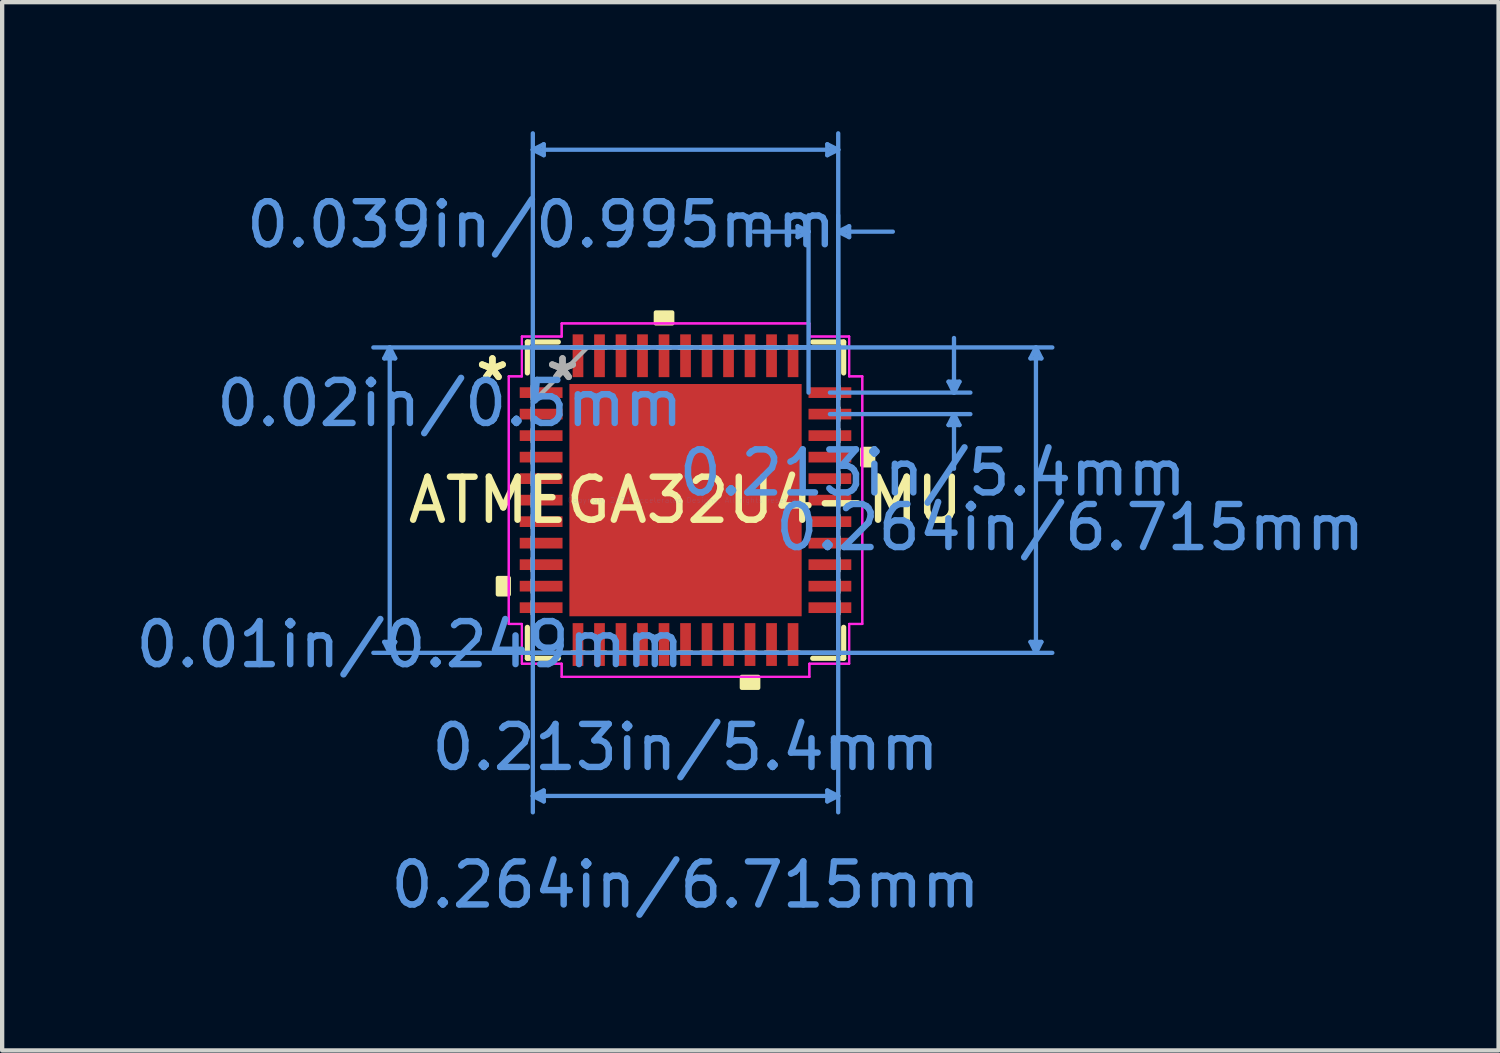
<source format=kicad_pcb>
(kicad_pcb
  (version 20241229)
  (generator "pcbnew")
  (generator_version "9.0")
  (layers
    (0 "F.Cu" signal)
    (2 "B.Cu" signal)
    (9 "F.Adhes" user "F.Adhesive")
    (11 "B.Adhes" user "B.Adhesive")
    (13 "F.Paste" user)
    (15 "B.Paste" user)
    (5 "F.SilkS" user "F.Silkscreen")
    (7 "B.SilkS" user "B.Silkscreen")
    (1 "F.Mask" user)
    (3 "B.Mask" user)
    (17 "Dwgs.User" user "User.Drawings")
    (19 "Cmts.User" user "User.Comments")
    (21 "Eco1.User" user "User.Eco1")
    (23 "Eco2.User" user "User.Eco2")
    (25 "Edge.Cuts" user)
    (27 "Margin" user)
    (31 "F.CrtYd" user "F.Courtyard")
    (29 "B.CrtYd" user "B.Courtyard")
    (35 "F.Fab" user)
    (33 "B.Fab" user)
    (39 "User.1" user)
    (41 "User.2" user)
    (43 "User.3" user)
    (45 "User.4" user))
  (footprint "ATMEGA32U4-MU"
    (layer "F.Cu")
    (at 12.888 8.578)
    (property "Reference" "ATMEGA32U4-MU" (at 0 0 0) (layer "F.SilkS") (effects (font (size 1 1) (thickness 0.15))))
    (attr through_hole)
    (fp_line (start -3.677 -3.677) (end -3.677 -2.957) (stroke (width 0.12) (type solid)) (layer "F.SilkS"))
    (fp_line (start -3.677 2.957) (end -3.677 3.677) (stroke (width 0.12) (type solid)) (layer "F.SilkS"))
    (fp_line (start -3.677 3.677) (end -2.957 3.677) (stroke (width 0.12) (type solid)) (layer "F.SilkS"))
    (fp_line (start -2.957 -3.677) (end -3.677 -3.677) (stroke (width 0.12) (type solid)) (layer "F.SilkS"))
    (fp_line (start 2.957 3.677) (end 3.677 3.677) (stroke (width 0.12) (type solid)) (layer "F.SilkS"))
    (fp_line (start 3.677 -3.677) (end 2.957 -3.677) (stroke (width 0.12) (type solid)) (layer "F.SilkS"))
    (fp_line (start 3.677 -2.957) (end 3.677 -3.677) (stroke (width 0.12) (type solid)) (layer "F.SilkS"))
    (fp_line (start 3.677 3.677) (end 3.677 2.957) (stroke (width 0.12) (type solid)) (layer "F.SilkS"))
    (fp_poly (pts (xy -4.363 1.81) (xy -4.363 2.191) (xy -4.109 2.191) (xy -4.109 1.81)) (stroke (width 0.1) (type solid)) (fill yes) (layer "F.SilkS"))
    (fp_poly (pts (xy -0.69 -4.109) (xy -0.69 -4.363) (xy -0.309 -4.363) (xy -0.309 -4.109)) (stroke (width 0.1) (type solid)) (fill yes) (layer "F.SilkS"))
    (fp_poly (pts (xy 1.31 4.109) (xy 1.31 4.363) (xy 1.69 4.363) (xy 1.69 4.109)) (stroke (width 0.1) (type solid)) (fill yes) (layer "F.SilkS"))
    (fp_poly (pts (xy 4.363 -1.191) (xy 4.363 -0.81) (xy 4.109 -0.81) (xy 4.109 -1.191)) (stroke (width 0.1) (type solid)) (fill yes) (layer "F.SilkS"))
    (fp_poly (pts (xy -2.6 -2.6) (xy -2.6 -1.45) (xy -1.45 -1.45) (xy -1.45 -2.6)) (stroke (width 0.1) (type solid)) (fill yes) (layer "F.Paste"))
    (fp_poly (pts (xy -2.6 -1.25) (xy -2.6 -0.1) (xy -1.45 -0.1) (xy -1.45 -1.25)) (stroke (width 0.1) (type solid)) (fill yes) (layer "F.Paste"))
    (fp_poly (pts (xy -2.6 0.1) (xy -2.6 1.25) (xy -1.45 1.25) (xy -1.45 0.1)) (stroke (width 0.1) (type solid)) (fill yes) (layer "F.Paste"))
    (fp_poly (pts (xy -2.6 1.45) (xy -2.6 2.6) (xy -1.45 2.6) (xy -1.45 1.45)) (stroke (width 0.1) (type solid)) (fill yes) (layer "F.Paste"))
    (fp_poly (pts (xy -1.25 -2.6) (xy -1.25 -1.45) (xy -0.1 -1.45) (xy -0.1 -2.6)) (stroke (width 0.1) (type solid)) (fill yes) (layer "F.Paste"))
    (fp_poly (pts (xy -1.25 -1.25) (xy -1.25 -0.1) (xy -0.1 -0.1) (xy -0.1 -1.25)) (stroke (width 0.1) (type solid)) (fill yes) (layer "F.Paste"))
    (fp_poly (pts (xy -1.25 0.1) (xy -1.25 1.25) (xy -0.1 1.25) (xy -0.1 0.1)) (stroke (width 0.1) (type solid)) (fill yes) (layer "F.Paste"))
    (fp_poly (pts (xy -1.25 1.45) (xy -1.25 2.6) (xy -0.1 2.6) (xy -0.1 1.45)) (stroke (width 0.1) (type solid)) (fill yes) (layer "F.Paste"))
    (fp_poly (pts (xy 0.1 -2.6) (xy 0.1 -1.45) (xy 1.25 -1.45) (xy 1.25 -2.6)) (stroke (width 0.1) (type solid)) (fill yes) (layer "F.Paste"))
    (fp_poly (pts (xy 0.1 -1.25) (xy 0.1 -0.1) (xy 1.25 -0.1) (xy 1.25 -1.25)) (stroke (width 0.1) (type solid)) (fill yes) (layer "F.Paste"))
    (fp_poly (pts (xy 0.1 0.1) (xy 0.1 1.25) (xy 1.25 1.25) (xy 1.25 0.1)) (stroke (width 0.1) (type solid)) (fill yes) (layer "F.Paste"))
    (fp_poly (pts (xy 0.1 1.45) (xy 0.1 2.6) (xy 1.25 2.6) (xy 1.25 1.45)) (stroke (width 0.1) (type solid)) (fill yes) (layer "F.Paste"))
    (fp_poly (pts (xy 1.45 -2.6) (xy 1.45 -1.45) (xy 2.6 -1.45) (xy 2.6 -2.6)) (stroke (width 0.1) (type solid)) (fill yes) (layer "F.Paste"))
    (fp_poly (pts (xy 1.45 -1.25) (xy 1.45 -0.1) (xy 2.6 -0.1) (xy 2.6 -1.25)) (stroke (width 0.1) (type solid)) (fill yes) (layer "F.Paste"))
    (fp_poly (pts (xy 1.45 0.1) (xy 1.45 1.25) (xy 2.6 1.25) (xy 2.6 0.1)) (stroke (width 0.1) (type solid)) (fill yes) (layer "F.Paste"))
    (fp_poly (pts (xy 1.45 1.45) (xy 1.45 2.6) (xy 2.6 2.6) (xy 2.6 1.45)) (stroke (width 0.1) (type solid)) (fill yes) (layer "F.Paste"))
    (fp_line (start -7.004 -3.296) (end -6.75 -3.296) (stroke (width 0.1) (type solid)) (layer "Cmts.User"))
    (fp_line (start -7.004 3.296) (end -6.75 3.296) (stroke (width 0.1) (type solid)) (layer "Cmts.User"))
    (fp_line (start -6.877 -3.55) (end -7.004 -3.296) (stroke (width 0.1) (type solid)) (layer "Cmts.User"))
    (fp_line (start -6.877 -3.55) (end -6.877 3.55) (stroke (width 0.1) (type solid)) (layer "Cmts.User"))
    (fp_line (start -6.877 -3.55) (end -6.75 -3.296) (stroke (width 0.1) (type solid)) (layer "Cmts.User"))
    (fp_line (start -6.877 3.55) (end -7.004 3.296) (stroke (width 0.1) (type solid)) (layer "Cmts.User"))
    (fp_line (start -6.877 3.55) (end -6.75 3.296) (stroke (width 0.1) (type solid)) (layer "Cmts.User"))
    (fp_line (start -3.55 -8.147) (end -3.296 -8.274) (stroke (width 0.1) (type solid)) (layer "Cmts.User"))
    (fp_line (start -3.55 -8.147) (end -3.296 -8.02) (stroke (width 0.1) (type solid)) (layer "Cmts.User"))
    (fp_line (start -3.55 -8.147) (end 3.55 -8.147) (stroke (width 0.1) (type solid)) (layer "Cmts.User"))
    (fp_line (start -3.55 -3.55) (end -3.55 7.258) (stroke (width 0.1) (type solid)) (layer "Cmts.User"))
    (fp_line (start -3.55 -2.5) (end -3.55 -8.528) (stroke (width 0.1) (type solid)) (layer "Cmts.User"))
    (fp_line (start -3.55 6.877) (end -3.296 6.75) (stroke (width 0.1) (type solid)) (layer "Cmts.User"))
    (fp_line (start -3.55 6.877) (end -3.296 7.004) (stroke (width 0.1) (type solid)) (layer "Cmts.User"))
    (fp_line (start -3.55 6.877) (end 3.55 6.877) (stroke (width 0.1) (type solid)) (layer "Cmts.User"))
    (fp_line (start -3.296 -8.274) (end -3.296 -8.02) (stroke (width 0.1) (type solid)) (layer "Cmts.User"))
    (fp_line (start -3.296 6.75) (end -3.296 7.004) (stroke (width 0.1) (type solid)) (layer "Cmts.User"))
    (fp_line (start 2.5 -3.55) (end 8.528 -3.55) (stroke (width 0.1) (type solid)) (layer "Cmts.User"))
    (fp_line (start 2.5 3.55) (end 8.528 3.55) (stroke (width 0.1) (type solid)) (layer "Cmts.User"))
    (fp_line (start 2.606 -6.369) (end 2.606 -6.115) (stroke (width 0.1) (type solid)) (layer "Cmts.User"))
    (fp_line (start 2.86 -6.242) (end 1.59 -6.242) (stroke (width 0.1) (type solid)) (layer "Cmts.User"))
    (fp_line (start 2.86 -6.242) (end 2.606 -6.369) (stroke (width 0.1) (type solid)) (layer "Cmts.User"))
    (fp_line (start 2.86 -6.242) (end 2.606 -6.115) (stroke (width 0.1) (type solid)) (layer "Cmts.User"))
    (fp_line (start 2.86 -2.5) (end 2.86 -6.623) (stroke (width 0.1) (type solid)) (layer "Cmts.User"))
    (fp_line (start 3.296 -8.274) (end 3.296 -8.02) (stroke (width 0.1) (type solid)) (layer "Cmts.User"))
    (fp_line (start 3.296 6.75) (end 3.296 7.004) (stroke (width 0.1) (type solid)) (layer "Cmts.User"))
    (fp_line (start 3.357 -2.5) (end 6.623 -2.5) (stroke (width 0.1) (type solid)) (layer "Cmts.User"))
    (fp_line (start 3.357 -2) (end 6.623 -2) (stroke (width 0.1) (type solid)) (layer "Cmts.User"))
    (fp_line (start 3.55 -8.147) (end 3.296 -8.274) (stroke (width 0.1) (type solid)) (layer "Cmts.User"))
    (fp_line (start 3.55 -8.147) (end 3.296 -8.02) (stroke (width 0.1) (type solid)) (layer "Cmts.User"))
    (fp_line (start 3.55 -6.242) (end 3.804 -6.369) (stroke (width 0.1) (type solid)) (layer "Cmts.User"))
    (fp_line (start 3.55 -6.242) (end 3.804 -6.115) (stroke (width 0.1) (type solid)) (layer "Cmts.User"))
    (fp_line (start 3.55 -6.242) (end 4.82 -6.242) (stroke (width 0.1) (type solid)) (layer "Cmts.User"))
    (fp_line (start 3.55 -3.55) (end -7.258 -3.55) (stroke (width 0.1) (type solid)) (layer "Cmts.User"))
    (fp_line (start 3.55 -3.55) (end 3.55 7.258) (stroke (width 0.1) (type solid)) (layer "Cmts.User"))
    (fp_line (start 3.55 -2.5) (end 3.55 -8.528) (stroke (width 0.1) (type solid)) (layer "Cmts.User"))
    (fp_line (start 3.55 -2.5) (end 3.55 -6.623) (stroke (width 0.1) (type solid)) (layer "Cmts.User"))
    (fp_line (start 3.55 3.55) (end -7.258 3.55) (stroke (width 0.1) (type solid)) (layer "Cmts.User"))
    (fp_line (start 3.55 6.877) (end 3.296 6.75) (stroke (width 0.1) (type solid)) (layer "Cmts.User"))
    (fp_line (start 3.55 6.877) (end 3.296 7.004) (stroke (width 0.1) (type solid)) (layer "Cmts.User"))
    (fp_line (start 3.804 -6.369) (end 3.804 -6.115) (stroke (width 0.1) (type solid)) (layer "Cmts.User"))
    (fp_line (start 6.115 -2.754) (end 6.369 -2.754) (stroke (width 0.1) (type solid)) (layer "Cmts.User"))
    (fp_line (start 6.115 -1.746) (end 6.369 -1.746) (stroke (width 0.1) (type solid)) (layer "Cmts.User"))
    (fp_line (start 6.242 -2.5) (end 6.115 -2.754) (stroke (width 0.1) (type solid)) (layer "Cmts.User"))
    (fp_line (start 6.242 -2.5) (end 6.242 -3.77) (stroke (width 0.1) (type solid)) (layer "Cmts.User"))
    (fp_line (start 6.242 -2.5) (end 6.369 -2.754) (stroke (width 0.1) (type solid)) (layer "Cmts.User"))
    (fp_line (start 6.242 -2) (end 6.115 -1.746) (stroke (width 0.1) (type solid)) (layer "Cmts.User"))
    (fp_line (start 6.242 -2) (end 6.242 -0.73) (stroke (width 0.1) (type solid)) (layer "Cmts.User"))
    (fp_line (start 6.242 -2) (end 6.369 -1.746) (stroke (width 0.1) (type solid)) (layer "Cmts.User"))
    (fp_line (start 8.02 -3.296) (end 8.274 -3.296) (stroke (width 0.1) (type solid)) (layer "Cmts.User"))
    (fp_line (start 8.02 3.296) (end 8.274 3.296) (stroke (width 0.1) (type solid)) (layer "Cmts.User"))
    (fp_line (start 8.147 -3.55) (end 8.02 -3.296) (stroke (width 0.1) (type solid)) (layer "Cmts.User"))
    (fp_line (start 8.147 -3.55) (end 8.147 3.55) (stroke (width 0.1) (type solid)) (layer "Cmts.User"))
    (fp_line (start 8.147 -3.55) (end 8.274 -3.296) (stroke (width 0.1) (type solid)) (layer "Cmts.User"))
    (fp_line (start 8.147 3.55) (end 8.02 3.296) (stroke (width 0.1) (type solid)) (layer "Cmts.User"))
    (fp_line (start 8.147 3.55) (end 8.274 3.296) (stroke (width 0.1) (type solid)) (layer "Cmts.User"))
    (fp_line (start -4.109 -2.879) (end -3.804 -2.879) (stroke (width 0.05) (type solid)) (layer "F.CrtYd"))
    (fp_line (start -4.109 -2.879) (end -3.804 -2.879) (stroke (width 0.05) (type solid)) (layer "F.CrtYd"))
    (fp_line (start -4.109 2.879) (end -4.109 -2.879) (stroke (width 0.05) (type solid)) (layer "F.CrtYd"))
    (fp_line (start -4.109 2.879) (end -4.109 -2.879) (stroke (width 0.05) (type solid)) (layer "F.CrtYd"))
    (fp_line (start -3.804 -3.804) (end -2.879 -3.804) (stroke (width 0.05) (type solid)) (layer "F.CrtYd"))
    (fp_line (start -3.804 -3.804) (end -2.879 -3.804) (stroke (width 0.05) (type solid)) (layer "F.CrtYd"))
    (fp_line (start -3.804 -2.879) (end -3.804 -3.804) (stroke (width 0.05) (type solid)) (layer "F.CrtYd"))
    (fp_line (start -3.804 -2.879) (end -3.804 -3.804) (stroke (width 0.05) (type solid)) (layer "F.CrtYd"))
    (fp_line (start -3.804 2.879) (end -4.109 2.879) (stroke (width 0.05) (type solid)) (layer "F.CrtYd"))
    (fp_line (start -3.804 2.879) (end -4.109 2.879) (stroke (width 0.05) (type solid)) (layer "F.CrtYd"))
    (fp_line (start -3.804 3.804) (end -3.804 2.879) (stroke (width 0.05) (type solid)) (layer "F.CrtYd"))
    (fp_line (start -3.804 3.804) (end -3.804 2.879) (stroke (width 0.05) (type solid)) (layer "F.CrtYd"))
    (fp_line (start -2.879 -4.109) (end 2.879 -4.109) (stroke (width 0.05) (type solid)) (layer "F.CrtYd"))
    (fp_line (start -2.879 -4.109) (end 2.879 -4.109) (stroke (width 0.05) (type solid)) (layer "F.CrtYd"))
    (fp_line (start -2.879 -3.804) (end -2.879 -4.109) (stroke (width 0.05) (type solid)) (layer "F.CrtYd"))
    (fp_line (start -2.879 -3.804) (end -2.879 -4.109) (stroke (width 0.05) (type solid)) (layer "F.CrtYd"))
    (fp_line (start -2.879 3.804) (end -3.804 3.804) (stroke (width 0.05) (type solid)) (layer "F.CrtYd"))
    (fp_line (start -2.879 3.804) (end -3.804 3.804) (stroke (width 0.05) (type solid)) (layer "F.CrtYd"))
    (fp_line (start -2.879 4.109) (end -2.879 3.804) (stroke (width 0.05) (type solid)) (layer "F.CrtYd"))
    (fp_line (start -2.879 4.109) (end -2.879 3.804) (stroke (width 0.05) (type solid)) (layer "F.CrtYd"))
    (fp_line (start 2.879 -4.109) (end 2.879 -3.804) (stroke (width 0.05) (type solid)) (layer "F.CrtYd"))
    (fp_line (start 2.879 -4.109) (end 2.879 -3.804) (stroke (width 0.05) (type solid)) (layer "F.CrtYd"))
    (fp_line (start 2.879 -3.804) (end 3.804 -3.804) (stroke (width 0.05) (type solid)) (layer "F.CrtYd"))
    (fp_line (start 2.879 -3.804) (end 3.804 -3.804) (stroke (width 0.05) (type solid)) (layer "F.CrtYd"))
    (fp_line (start 2.879 3.804) (end 2.879 4.109) (stroke (width 0.05) (type solid)) (layer "F.CrtYd"))
    (fp_line (start 2.879 3.804) (end 2.879 4.109) (stroke (width 0.05) (type solid)) (layer "F.CrtYd"))
    (fp_line (start 2.879 4.109) (end -2.879 4.109) (stroke (width 0.05) (type solid)) (layer "F.CrtYd"))
    (fp_line (start 2.879 4.109) (end -2.879 4.109) (stroke (width 0.05) (type solid)) (layer "F.CrtYd"))
    (fp_line (start 3.804 -3.804) (end 3.804 -2.879) (stroke (width 0.05) (type solid)) (layer "F.CrtYd"))
    (fp_line (start 3.804 -3.804) (end 3.804 -2.879) (stroke (width 0.05) (type solid)) (layer "F.CrtYd"))
    (fp_line (start 3.804 -2.879) (end 4.109 -2.879) (stroke (width 0.05) (type solid)) (layer "F.CrtYd"))
    (fp_line (start 3.804 -2.879) (end 4.109 -2.879) (stroke (width 0.05) (type solid)) (layer "F.CrtYd"))
    (fp_line (start 3.804 2.879) (end 3.804 3.804) (stroke (width 0.05) (type solid)) (layer "F.CrtYd"))
    (fp_line (start 3.804 2.879) (end 3.804 3.804) (stroke (width 0.05) (type solid)) (layer "F.CrtYd"))
    (fp_line (start 3.804 3.804) (end 2.879 3.804) (stroke (width 0.05) (type solid)) (layer "F.CrtYd"))
    (fp_line (start 3.804 3.804) (end 2.879 3.804) (stroke (width 0.05) (type solid)) (layer "F.CrtYd"))
    (fp_line (start 4.109 -2.879) (end 4.109 2.879) (stroke (width 0.05) (type solid)) (layer "F.CrtYd"))
    (fp_line (start 4.109 -2.879) (end 4.109 2.879) (stroke (width 0.05) (type solid)) (layer "F.CrtYd"))
    (fp_line (start 4.109 2.879) (end 3.804 2.879) (stroke (width 0.05) (type solid)) (layer "F.CrtYd"))
    (fp_line (start 4.109 2.879) (end 3.804 2.879) (stroke (width 0.05) (type solid)) (layer "F.CrtYd"))
    (fp_line (start -3.55 -3.55) (end -3.55 -3.55) (stroke (width 0.1) (type solid)) (layer "F.Fab"))
    (fp_line (start -3.55 -3.55) (end -3.55 3.55) (stroke (width 0.1) (type solid)) (layer "F.Fab"))
    (fp_line (start -3.55 -2.65) (end -3.55 -2.65) (stroke (width 0.1) (type solid)) (layer "F.Fab"))
    (fp_line (start -3.55 -2.65) (end -3.55 -2.35) (stroke (width 0.1) (type solid)) (layer "F.Fab"))
    (fp_line (start -3.55 -2.35) (end -3.55 -2.65) (stroke (width 0.1) (type solid)) (layer "F.Fab"))
    (fp_line (start -3.55 -2.35) (end -3.55 -2.35) (stroke (width 0.1) (type solid)) (layer "F.Fab"))
    (fp_line (start -3.55 -2.28) (end -2.28 -3.55) (stroke (width 0.1) (type solid)) (layer "F.Fab"))
    (fp_line (start -3.55 -2.15) (end -3.55 -2.15) (stroke (width 0.1) (type solid)) (layer "F.Fab"))
    (fp_line (start -3.55 -2.15) (end -3.55 -1.85) (stroke (width 0.1) (type solid)) (layer "F.Fab"))
    (fp_line (start -3.55 -1.85) (end -3.55 -2.15) (stroke (width 0.1) (type solid)) (layer "F.Fab"))
    (fp_line (start -3.55 -1.85) (end -3.55 -1.85) (stroke (width 0.1) (type solid)) (layer "F.Fab"))
    (fp_line (start -3.55 -1.65) (end -3.55 -1.65) (stroke (width 0.1) (type solid)) (layer "F.Fab"))
    (fp_line (start -3.55 -1.65) (end -3.55 -1.35) (stroke (width 0.1) (type solid)) (layer "F.Fab"))
    (fp_line (start -3.55 -1.35) (end -3.55 -1.65) (stroke (width 0.1) (type solid)) (layer "F.Fab"))
    (fp_line (start -3.55 -1.35) (end -3.55 -1.35) (stroke (width 0.1) (type solid)) (layer "F.Fab"))
    (fp_line (start -3.55 -1.15) (end -3.55 -1.15) (stroke (width 0.1) (type solid)) (layer "F.Fab"))
    (fp_line (start -3.55 -1.15) (end -3.55 -0.85) (stroke (width 0.1) (type solid)) (layer "F.Fab"))
    (fp_line (start -3.55 -0.85) (end -3.55 -1.15) (stroke (width 0.1) (type solid)) (layer "F.Fab"))
    (fp_line (start -3.55 -0.85) (end -3.55 -0.85) (stroke (width 0.1) (type solid)) (layer "F.Fab"))
    (fp_line (start -3.55 -0.65) (end -3.55 -0.65) (stroke (width 0.1) (type solid)) (layer "F.Fab"))
    (fp_line (start -3.55 -0.65) (end -3.55 -0.35) (stroke (width 0.1) (type solid)) (layer "F.Fab"))
    (fp_line (start -3.55 -0.35) (end -3.55 -0.65) (stroke (width 0.1) (type solid)) (layer "F.Fab"))
    (fp_line (start -3.55 -0.35) (end -3.55 -0.35) (stroke (width 0.1) (type solid)) (layer "F.Fab"))
    (fp_line (start -3.55 -0.15) (end -3.55 -0.15) (stroke (width 0.1) (type solid)) (layer "F.Fab"))
    (fp_line (start -3.55 -0.15) (end -3.55 0.15) (stroke (width 0.1) (type solid)) (layer "F.Fab"))
    (fp_line (start -3.55 0.15) (end -3.55 -0.15) (stroke (width 0.1) (type solid)) (layer "F.Fab"))
    (fp_line (start -3.55 0.15) (end -3.55 0.15) (stroke (width 0.1) (type solid)) (layer "F.Fab"))
    (fp_line (start -3.55 0.35) (end -3.55 0.35) (stroke (width 0.1) (type solid)) (layer "F.Fab"))
    (fp_line (start -3.55 0.35) (end -3.55 0.65) (stroke (width 0.1) (type solid)) (layer "F.Fab"))
    (fp_line (start -3.55 0.65) (end -3.55 0.35) (stroke (width 0.1) (type solid)) (layer "F.Fab"))
    (fp_line (start -3.55 0.65) (end -3.55 0.65) (stroke (width 0.1) (type solid)) (layer "F.Fab"))
    (fp_line (start -3.55 0.85) (end -3.55 0.85) (stroke (width 0.1) (type solid)) (layer "F.Fab"))
    (fp_line (start -3.55 0.85) (end -3.55 1.15) (stroke (width 0.1) (type solid)) (layer "F.Fab"))
    (fp_line (start -3.55 1.15) (end -3.55 0.85) (stroke (width 0.1) (type solid)) (layer "F.Fab"))
    (fp_line (start -3.55 1.15) (end -3.55 1.15) (stroke (width 0.1) (type solid)) (layer "F.Fab"))
    (fp_line (start -3.55 1.35) (end -3.55 1.35) (stroke (width 0.1) (type solid)) (layer "F.Fab"))
    (fp_line (start -3.55 1.35) (end -3.55 1.65) (stroke (width 0.1) (type solid)) (layer "F.Fab"))
    (fp_line (start -3.55 1.65) (end -3.55 1.35) (stroke (width 0.1) (type solid)) (layer "F.Fab"))
    (fp_line (start -3.55 1.65) (end -3.55 1.65) (stroke (width 0.1) (type solid)) (layer "F.Fab"))
    (fp_line (start -3.55 1.85) (end -3.55 1.85) (stroke (width 0.1) (type solid)) (layer "F.Fab"))
    (fp_line (start -3.55 1.85) (end -3.55 2.15) (stroke (width 0.1) (type solid)) (layer "F.Fab"))
    (fp_line (start -3.55 2.15) (end -3.55 1.85) (stroke (width 0.1) (type solid)) (layer "F.Fab"))
    (fp_line (start -3.55 2.15) (end -3.55 2.15) (stroke (width 0.1) (type solid)) (layer "F.Fab"))
    (fp_line (start -3.55 2.35) (end -3.55 2.35) (stroke (width 0.1) (type solid)) (layer "F.Fab"))
    (fp_line (start -3.55 2.35) (end -3.55 2.65) (stroke (width 0.1) (type solid)) (layer "F.Fab"))
    (fp_line (start -3.55 2.65) (end -3.55 2.35) (stroke (width 0.1) (type solid)) (layer "F.Fab"))
    (fp_line (start -3.55 2.65) (end -3.55 2.65) (stroke (width 0.1) (type solid)) (layer "F.Fab"))
    (fp_line (start -3.55 3.55) (end -3.55 3.55) (stroke (width 0.1) (type solid)) (layer "F.Fab"))
    (fp_line (start -3.55 3.55) (end 3.55 3.55) (stroke (width 0.1) (type solid)) (layer "F.Fab"))
    (fp_line (start -2.65 -3.55) (end -2.65 -3.55) (stroke (width 0.1) (type solid)) (layer "F.Fab"))
    (fp_line (start -2.65 -3.55) (end -2.35 -3.55) (stroke (width 0.1) (type solid)) (layer "F.Fab"))
    (fp_line (start -2.65 3.55) (end -2.65 3.55) (stroke (width 0.1) (type solid)) (layer "F.Fab"))
    (fp_line (start -2.65 3.55) (end -2.35 3.55) (stroke (width 0.1) (type solid)) (layer "F.Fab"))
    (fp_line (start -2.35 -3.55) (end -2.65 -3.55) (stroke (width 0.1) (type solid)) (layer "F.Fab"))
    (fp_line (start -2.35 -3.55) (end -2.35 -3.55) (stroke (width 0.1) (type solid)) (layer "F.Fab"))
    (fp_line (start -2.35 3.55) (end -2.65 3.55) (stroke (width 0.1) (type solid)) (layer "F.Fab"))
    (fp_line (start -2.35 3.55) (end -2.35 3.55) (stroke (width 0.1) (type solid)) (layer "F.Fab"))
    (fp_line (start -2.15 -3.55) (end -2.15 -3.55) (stroke (width 0.1) (type solid)) (layer "F.Fab"))
    (fp_line (start -2.15 -3.55) (end -1.85 -3.55) (stroke (width 0.1) (type solid)) (layer "F.Fab"))
    (fp_line (start -2.15 3.55) (end -2.15 3.55) (stroke (width 0.1) (type solid)) (layer "F.Fab"))
    (fp_line (start -2.15 3.55) (end -1.85 3.55) (stroke (width 0.1) (type solid)) (layer "F.Fab"))
    (fp_line (start -1.85 -3.55) (end -2.15 -3.55) (stroke (width 0.1) (type solid)) (layer "F.Fab"))
    (fp_line (start -1.85 -3.55) (end -1.85 -3.55) (stroke (width 0.1) (type solid)) (layer "F.Fab"))
    (fp_line (start -1.85 3.55) (end -2.15 3.55) (stroke (width 0.1) (type solid)) (layer "F.Fab"))
    (fp_line (start -1.85 3.55) (end -1.85 3.55) (stroke (width 0.1) (type solid)) (layer "F.Fab"))
    (fp_line (start -1.65 -3.55) (end -1.65 -3.55) (stroke (width 0.1) (type solid)) (layer "F.Fab"))
    (fp_line (start -1.65 -3.55) (end -1.35 -3.55) (stroke (width 0.1) (type solid)) (layer "F.Fab"))
    (fp_line (start -1.65 3.55) (end -1.65 3.55) (stroke (width 0.1) (type solid)) (layer "F.Fab"))
    (fp_line (start -1.65 3.55) (end -1.35 3.55) (stroke (width 0.1) (type solid)) (layer "F.Fab"))
    (fp_line (start -1.35 -3.55) (end -1.65 -3.55) (stroke (width 0.1) (type solid)) (layer "F.Fab"))
    (fp_line (start -1.35 -3.55) (end -1.35 -3.55) (stroke (width 0.1) (type solid)) (layer "F.Fab"))
    (fp_line (start -1.35 3.55) (end -1.65 3.55) (stroke (width 0.1) (type solid)) (layer "F.Fab"))
    (fp_line (start -1.35 3.55) (end -1.35 3.55) (stroke (width 0.1) (type solid)) (layer "F.Fab"))
    (fp_line (start -1.15 -3.55) (end -1.15 -3.55) (stroke (width 0.1) (type solid)) (layer "F.Fab"))
    (fp_line (start -1.15 -3.55) (end -0.85 -3.55) (stroke (width 0.1) (type solid)) (layer "F.Fab"))
    (fp_line (start -1.15 3.55) (end -1.15 3.55) (stroke (width 0.1) (type solid)) (layer "F.Fab"))
    (fp_line (start -1.15 3.55) (end -0.85 3.55) (stroke (width 0.1) (type solid)) (layer "F.Fab"))
    (fp_line (start -0.85 -3.55) (end -1.15 -3.55) (stroke (width 0.1) (type solid)) (layer "F.Fab"))
    (fp_line (start -0.85 -3.55) (end -0.85 -3.55) (stroke (width 0.1) (type solid)) (layer "F.Fab"))
    (fp_line (start -0.85 3.55) (end -1.15 3.55) (stroke (width 0.1) (type solid)) (layer "F.Fab"))
    (fp_line (start -0.85 3.55) (end -0.85 3.55) (stroke (width 0.1) (type solid)) (layer "F.Fab"))
    (fp_line (start -0.65 -3.55) (end -0.65 -3.55) (stroke (width 0.1) (type solid)) (layer "F.Fab"))
    (fp_line (start -0.65 -3.55) (end -0.35 -3.55) (stroke (width 0.1) (type solid)) (layer "F.Fab"))
    (fp_line (start -0.65 3.55) (end -0.65 3.55) (stroke (width 0.1) (type solid)) (layer "F.Fab"))
    (fp_line (start -0.65 3.55) (end -0.35 3.55) (stroke (width 0.1) (type solid)) (layer "F.Fab"))
    (fp_line (start -0.35 -3.55) (end -0.65 -3.55) (stroke (width 0.1) (type solid)) (layer "F.Fab"))
    (fp_line (start -0.35 -3.55) (end -0.35 -3.55) (stroke (width 0.1) (type solid)) (layer "F.Fab"))
    (fp_line (start -0.35 3.55) (end -0.65 3.55) (stroke (width 0.1) (type solid)) (layer "F.Fab"))
    (fp_line (start -0.35 3.55) (end -0.35 3.55) (stroke (width 0.1) (type solid)) (layer "F.Fab"))
    (fp_line (start -0.15 -3.55) (end -0.15 -3.55) (stroke (width 0.1) (type solid)) (layer "F.Fab"))
    (fp_line (start -0.15 -3.55) (end 0.15 -3.55) (stroke (width 0.1) (type solid)) (layer "F.Fab"))
    (fp_line (start -0.15 3.55) (end -0.15 3.55) (stroke (width 0.1) (type solid)) (layer "F.Fab"))
    (fp_line (start -0.15 3.55) (end 0.15 3.55) (stroke (width 0.1) (type solid)) (layer "F.Fab"))
    (fp_line (start 0.15 -3.55) (end -0.15 -3.55) (stroke (width 0.1) (type solid)) (layer "F.Fab"))
    (fp_line (start 0.15 -3.55) (end 0.15 -3.55) (stroke (width 0.1) (type solid)) (layer "F.Fab"))
    (fp_line (start 0.15 3.55) (end -0.15 3.55) (stroke (width 0.1) (type solid)) (layer "F.Fab"))
    (fp_line (start 0.15 3.55) (end 0.15 3.55) (stroke (width 0.1) (type solid)) (layer "F.Fab"))
    (fp_line (start 0.35 -3.55) (end 0.35 -3.55) (stroke (width 0.1) (type solid)) (layer "F.Fab"))
    (fp_line (start 0.35 -3.55) (end 0.65 -3.55) (stroke (width 0.1) (type solid)) (layer "F.Fab"))
    (fp_line (start 0.35 3.55) (end 0.35 3.55) (stroke (width 0.1) (type solid)) (layer "F.Fab"))
    (fp_line (start 0.35 3.55) (end 0.65 3.55) (stroke (width 0.1) (type solid)) (layer "F.Fab"))
    (fp_line (start 0.65 -3.55) (end 0.35 -3.55) (stroke (width 0.1) (type solid)) (layer "F.Fab"))
    (fp_line (start 0.65 -3.55) (end 0.65 -3.55) (stroke (width 0.1) (type solid)) (layer "F.Fab"))
    (fp_line (start 0.65 3.55) (end 0.35 3.55) (stroke (width 0.1) (type solid)) (layer "F.Fab"))
    (fp_line (start 0.65 3.55) (end 0.65 3.55) (stroke (width 0.1) (type solid)) (layer "F.Fab"))
    (fp_line (start 0.85 -3.55) (end 0.85 -3.55) (stroke (width 0.1) (type solid)) (layer "F.Fab"))
    (fp_line (start 0.85 -3.55) (end 1.15 -3.55) (stroke (width 0.1) (type solid)) (layer "F.Fab"))
    (fp_line (start 0.85 3.55) (end 0.85 3.55) (stroke (width 0.1) (type solid)) (layer "F.Fab"))
    (fp_line (start 0.85 3.55) (end 1.15 3.55) (stroke (width 0.1) (type solid)) (layer "F.Fab"))
    (fp_line (start 1.15 -3.55) (end 0.85 -3.55) (stroke (width 0.1) (type solid)) (layer "F.Fab"))
    (fp_line (start 1.15 -3.55) (end 1.15 -3.55) (stroke (width 0.1) (type solid)) (layer "F.Fab"))
    (fp_line (start 1.15 3.55) (end 0.85 3.55) (stroke (width 0.1) (type solid)) (layer "F.Fab"))
    (fp_line (start 1.15 3.55) (end 1.15 3.55) (stroke (width 0.1) (type solid)) (layer "F.Fab"))
    (fp_line (start 1.35 -3.55) (end 1.35 -3.55) (stroke (width 0.1) (type solid)) (layer "F.Fab"))
    (fp_line (start 1.35 -3.55) (end 1.65 -3.55) (stroke (width 0.1) (type solid)) (layer "F.Fab"))
    (fp_line (start 1.35 3.55) (end 1.35 3.55) (stroke (width 0.1) (type solid)) (layer "F.Fab"))
    (fp_line (start 1.35 3.55) (end 1.65 3.55) (stroke (width 0.1) (type solid)) (layer "F.Fab"))
    (fp_line (start 1.65 -3.55) (end 1.35 -3.55) (stroke (width 0.1) (type solid)) (layer "F.Fab"))
    (fp_line (start 1.65 -3.55) (end 1.65 -3.55) (stroke (width 0.1) (type solid)) (layer "F.Fab"))
    (fp_line (start 1.65 3.55) (end 1.35 3.55) (stroke (width 0.1) (type solid)) (layer "F.Fab"))
    (fp_line (start 1.65 3.55) (end 1.65 3.55) (stroke (width 0.1) (type solid)) (layer "F.Fab"))
    (fp_line (start 1.85 -3.55) (end 1.85 -3.55) (stroke (width 0.1) (type solid)) (layer "F.Fab"))
    (fp_line (start 1.85 -3.55) (end 2.15 -3.55) (stroke (width 0.1) (type solid)) (layer "F.Fab"))
    (fp_line (start 1.85 3.55) (end 1.85 3.55) (stroke (width 0.1) (type solid)) (layer "F.Fab"))
    (fp_line (start 1.85 3.55) (end 2.15 3.55) (stroke (width 0.1) (type solid)) (layer "F.Fab"))
    (fp_line (start 2.15 -3.55) (end 1.85 -3.55) (stroke (width 0.1) (type solid)) (layer "F.Fab"))
    (fp_line (start 2.15 -3.55) (end 2.15 -3.55) (stroke (width 0.1) (type solid)) (layer "F.Fab"))
    (fp_line (start 2.15 3.55) (end 1.85 3.55) (stroke (width 0.1) (type solid)) (layer "F.Fab"))
    (fp_line (start 2.15 3.55) (end 2.15 3.55) (stroke (width 0.1) (type solid)) (layer "F.Fab"))
    (fp_line (start 2.35 -3.55) (end 2.35 -3.55) (stroke (width 0.1) (type solid)) (layer "F.Fab"))
    (fp_line (start 2.35 -3.55) (end 2.65 -3.55) (stroke (width 0.1) (type solid)) (layer "F.Fab"))
    (fp_line (start 2.35 3.55) (end 2.35 3.55) (stroke (width 0.1) (type solid)) (layer "F.Fab"))
    (fp_line (start 2.35 3.55) (end 2.65 3.55) (stroke (width 0.1) (type solid)) (layer "F.Fab"))
    (fp_line (start 2.65 -3.55) (end 2.35 -3.55) (stroke (width 0.1) (type solid)) (layer "F.Fab"))
    (fp_line (start 2.65 -3.55) (end 2.65 -3.55) (stroke (width 0.1) (type solid)) (layer "F.Fab"))
    (fp_line (start 2.65 3.55) (end 2.35 3.55) (stroke (width 0.1) (type solid)) (layer "F.Fab"))
    (fp_line (start 2.65 3.55) (end 2.65 3.55) (stroke (width 0.1) (type solid)) (layer "F.Fab"))
    (fp_line (start 3.55 -3.55) (end -3.55 -3.55) (stroke (width 0.1) (type solid)) (layer "F.Fab"))
    (fp_line (start 3.55 -3.55) (end 3.55 -3.55) (stroke (width 0.1) (type solid)) (layer "F.Fab"))
    (fp_line (start 3.55 -2.65) (end 3.55 -2.65) (stroke (width 0.1) (type solid)) (layer "F.Fab"))
    (fp_line (start 3.55 -2.65) (end 3.55 -2.35) (stroke (width 0.1) (type solid)) (layer "F.Fab"))
    (fp_line (start 3.55 -2.35) (end 3.55 -2.65) (stroke (width 0.1) (type solid)) (layer "F.Fab"))
    (fp_line (start 3.55 -2.35) (end 3.55 -2.35) (stroke (width 0.1) (type solid)) (layer "F.Fab"))
    (fp_line (start 3.55 -2.15) (end 3.55 -2.15) (stroke (width 0.1) (type solid)) (layer "F.Fab"))
    (fp_line (start 3.55 -2.15) (end 3.55 -1.85) (stroke (width 0.1) (type solid)) (layer "F.Fab"))
    (fp_line (start 3.55 -1.85) (end 3.55 -2.15) (stroke (width 0.1) (type solid)) (layer "F.Fab"))
    (fp_line (start 3.55 -1.85) (end 3.55 -1.85) (stroke (width 0.1) (type solid)) (layer "F.Fab"))
    (fp_line (start 3.55 -1.65) (end 3.55 -1.65) (stroke (width 0.1) (type solid)) (layer "F.Fab"))
    (fp_line (start 3.55 -1.65) (end 3.55 -1.35) (stroke (width 0.1) (type solid)) (layer "F.Fab"))
    (fp_line (start 3.55 -1.35) (end 3.55 -1.65) (stroke (width 0.1) (type solid)) (layer "F.Fab"))
    (fp_line (start 3.55 -1.35) (end 3.55 -1.35) (stroke (width 0.1) (type solid)) (layer "F.Fab"))
    (fp_line (start 3.55 -1.15) (end 3.55 -1.15) (stroke (width 0.1) (type solid)) (layer "F.Fab"))
    (fp_line (start 3.55 -1.15) (end 3.55 -0.85) (stroke (width 0.1) (type solid)) (layer "F.Fab"))
    (fp_line (start 3.55 -0.85) (end 3.55 -1.15) (stroke (width 0.1) (type solid)) (layer "F.Fab"))
    (fp_line (start 3.55 -0.85) (end 3.55 -0.85) (stroke (width 0.1) (type solid)) (layer "F.Fab"))
    (fp_line (start 3.55 -0.65) (end 3.55 -0.65) (stroke (width 0.1) (type solid)) (layer "F.Fab"))
    (fp_line (start 3.55 -0.65) (end 3.55 -0.35) (stroke (width 0.1) (type solid)) (layer "F.Fab"))
    (fp_line (start 3.55 -0.35) (end 3.55 -0.65) (stroke (width 0.1) (type solid)) (layer "F.Fab"))
    (fp_line (start 3.55 -0.35) (end 3.55 -0.35) (stroke (width 0.1) (type solid)) (layer "F.Fab"))
    (fp_line (start 3.55 -0.15) (end 3.55 -0.15) (stroke (width 0.1) (type solid)) (layer "F.Fab"))
    (fp_line (start 3.55 -0.15) (end 3.55 0.15) (stroke (width 0.1) (type solid)) (layer "F.Fab"))
    (fp_line (start 3.55 0.15) (end 3.55 -0.15) (stroke (width 0.1) (type solid)) (layer "F.Fab"))
    (fp_line (start 3.55 0.15) (end 3.55 0.15) (stroke (width 0.1) (type solid)) (layer "F.Fab"))
    (fp_line (start 3.55 0.35) (end 3.55 0.35) (stroke (width 0.1) (type solid)) (layer "F.Fab"))
    (fp_line (start 3.55 0.35) (end 3.55 0.65) (stroke (width 0.1) (type solid)) (layer "F.Fab"))
    (fp_line (start 3.55 0.65) (end 3.55 0.35) (stroke (width 0.1) (type solid)) (layer "F.Fab"))
    (fp_line (start 3.55 0.65) (end 3.55 0.65) (stroke (width 0.1) (type solid)) (layer "F.Fab"))
    (fp_line (start 3.55 0.85) (end 3.55 0.85) (stroke (width 0.1) (type solid)) (layer "F.Fab"))
    (fp_line (start 3.55 0.85) (end 3.55 1.15) (stroke (width 0.1) (type solid)) (layer "F.Fab"))
    (fp_line (start 3.55 1.15) (end 3.55 0.85) (stroke (width 0.1) (type solid)) (layer "F.Fab"))
    (fp_line (start 3.55 1.15) (end 3.55 1.15) (stroke (width 0.1) (type solid)) (layer "F.Fab"))
    (fp_line (start 3.55 1.35) (end 3.55 1.35) (stroke (width 0.1) (type solid)) (layer "F.Fab"))
    (fp_line (start 3.55 1.35) (end 3.55 1.65) (stroke (width 0.1) (type solid)) (layer "F.Fab"))
    (fp_line (start 3.55 1.65) (end 3.55 1.35) (stroke (width 0.1) (type solid)) (layer "F.Fab"))
    (fp_line (start 3.55 1.65) (end 3.55 1.65) (stroke (width 0.1) (type solid)) (layer "F.Fab"))
    (fp_line (start 3.55 1.85) (end 3.55 1.85) (stroke (width 0.1) (type solid)) (layer "F.Fab"))
    (fp_line (start 3.55 1.85) (end 3.55 2.15) (stroke (width 0.1) (type solid)) (layer "F.Fab"))
    (fp_line (start 3.55 2.15) (end 3.55 1.85) (stroke (width 0.1) (type solid)) (layer "F.Fab"))
    (fp_line (start 3.55 2.15) (end 3.55 2.15) (stroke (width 0.1) (type solid)) (layer "F.Fab"))
    (fp_line (start 3.55 2.35) (end 3.55 2.35) (stroke (width 0.1) (type solid)) (layer "F.Fab"))
    (fp_line (start 3.55 2.35) (end 3.55 2.65) (stroke (width 0.1) (type solid)) (layer "F.Fab"))
    (fp_line (start 3.55 2.65) (end 3.55 2.35) (stroke (width 0.1) (type solid)) (layer "F.Fab"))
    (fp_line (start 3.55 2.65) (end 3.55 2.65) (stroke (width 0.1) (type solid)) (layer "F.Fab"))
    (fp_line (start 3.55 3.55) (end 3.55 -3.55) (stroke (width 0.1) (type solid)) (layer "F.Fab"))
    (fp_line (start 3.55 3.55) (end 3.55 3.55) (stroke (width 0.1) (type solid)) (layer "F.Fab"))
    (fp_text user "*" (at -4.49 -2.75 0) (layer "F.SilkS") (effects (font (size 1 1) (thickness 0.15))))
    (fp_text user "*" (at -4.49 -2.75 0) (layer "F.SilkS") (effects (font (size 1 1) (thickness 0.15))))
    (fp_text user "0.213in/5.4mm" (at 0 5.748 0) (layer "Cmts.User") (effects (font (size 1 1) (thickness 0.15))))
    (fp_text user "Copyright 2021 Accelerated Designs. All rights reserved." (at 0 0 0) (layer "Cmts.User") (effects (font (size 0.127 0.127) (thickness 0.002))))
    (fp_text user "0.039in/0.995mm" (at -3.357 -6.405 0) (layer "Cmts.User") (effects (font (size 1 1) (thickness 0.15))))
    (fp_text user "0.02in/0.5mm" (at -5.48 -2.25 0) (layer "Cmts.User") (effects (font (size 1 1) (thickness 0.15))))
    (fp_text user "0.264in/6.715mm" (at 0 8.945 0) (layer "Cmts.User") (effects (font (size 1 1) (thickness 0.15))))
    (fp_text user "0.264in/6.715mm" (at 8.945 0.635 0) (layer "Cmts.User") (effects (font (size 1 1) (thickness 0.15))))
    (fp_text user "0.01in/0.249mm" (at -6.405 3.357 0) (layer "Cmts.User") (effects (font (size 1 1) (thickness 0.15))))
    (fp_text user "0.213in/5.4mm" (at 5.748 -0.635 0) (layer "Cmts.User") (effects (font (size 1 1) (thickness 0.15))))
    (fp_text user "*" (at -2.86 -2.75 0) (layer "F.Fab") (effects (font (size 1 1) (thickness 0.15))))
    (fp_text user "*" (at -2.86 -2.75 0) (layer "F.Fab") (effects (font (size 1 1) (thickness 0.15))))
    (pad "1" smd rect (at -3.357 -2.5 90) (size 0.249 0.995) (layers "F.Cu" "F.Mask" "F.Paste"))
    (pad "2" smd rect (at -3.357 -2 90) (size 0.249 0.995) (layers "F.Cu" "F.Mask" "F.Paste"))
    (pad "3" smd rect (at -3.357 -1.5 90) (size 0.249 0.995) (layers "F.Cu" "F.Mask" "F.Paste"))
    (pad "4" smd rect (at -3.357 -1 90) (size 0.249 0.995) (layers "F.Cu" "F.Mask" "F.Paste"))
    (pad "5" smd rect (at -3.357 -0.5 90) (size 0.249 0.995) (layers "F.Cu" "F.Mask" "F.Paste"))
    (pad "6" smd rect (at -3.357 0 90) (size 0.249 0.995) (layers "F.Cu" "F.Mask" "F.Paste"))
    (pad "7" smd rect (at -3.357 0.5 90) (size 0.249 0.995) (layers "F.Cu" "F.Mask" "F.Paste"))
    (pad "8" smd rect (at -3.357 1 90) (size 0.249 0.995) (layers "F.Cu" "F.Mask" "F.Paste"))
    (pad "9" smd rect (at -3.357 1.5 90) (size 0.249 0.995) (layers "F.Cu" "F.Mask" "F.Paste"))
    (pad "10" smd rect (at -3.357 2 90) (size 0.249 0.995) (layers "F.Cu" "F.Mask" "F.Paste"))
    (pad "11" smd rect (at -3.357 2.5 90) (size 0.249 0.995) (layers "F.Cu" "F.Mask" "F.Paste"))
    (pad "12" smd rect (at -2.5 3.357) (size 0.249 0.995) (layers "F.Cu" "F.Mask" "F.Paste"))
    (pad "13" smd rect (at -2 3.357) (size 0.249 0.995) (layers "F.Cu" "F.Mask" "F.Paste"))
    (pad "14" smd rect (at -1.5 3.357) (size 0.249 0.995) (layers "F.Cu" "F.Mask" "F.Paste"))
    (pad "15" smd rect (at -1 3.357) (size 0.249 0.995) (layers "F.Cu" "F.Mask" "F.Paste"))
    (pad "16" smd rect (at -0.5 3.357) (size 0.249 0.995) (layers "F.Cu" "F.Mask" "F.Paste"))
    (pad "17" smd rect (at 0 3.357) (size 0.249 0.995) (layers "F.Cu" "F.Mask" "F.Paste"))
    (pad "18" smd rect (at 0.5 3.357) (size 0.249 0.995) (layers "F.Cu" "F.Mask" "F.Paste"))
    (pad "19" smd rect (at 1 3.357) (size 0.249 0.995) (layers "F.Cu" "F.Mask" "F.Paste"))
    (pad "20" smd rect (at 1.5 3.357) (size 0.249 0.995) (layers "F.Cu" "F.Mask" "F.Paste"))
    (pad "21" smd rect (at 2 3.357) (size 0.249 0.995) (layers "F.Cu" "F.Mask" "F.Paste"))
    (pad "22" smd rect (at 2.5 3.357) (size 0.249 0.995) (layers "F.Cu" "F.Mask" "F.Paste"))
    (pad "23" smd rect (at 3.357 2.5 90) (size 0.249 0.995) (layers "F.Cu" "F.Mask" "F.Paste"))
    (pad "24" smd rect (at 3.357 2 90) (size 0.249 0.995) (layers "F.Cu" "F.Mask" "F.Paste"))
    (pad "25" smd rect (at 3.357 1.5 90) (size 0.249 0.995) (layers "F.Cu" "F.Mask" "F.Paste"))
    (pad "26" smd rect (at 3.357 1 90) (size 0.249 0.995) (layers "F.Cu" "F.Mask" "F.Paste"))
    (pad "27" smd rect (at 3.357 0.5 90) (size 0.249 0.995) (layers "F.Cu" "F.Mask" "F.Paste"))
    (pad "28" smd rect (at 3.357 0 90) (size 0.249 0.995) (layers "F.Cu" "F.Mask" "F.Paste"))
    (pad "29" smd rect (at 3.357 -0.5 90) (size 0.249 0.995) (layers "F.Cu" "F.Mask" "F.Paste"))
    (pad "30" smd rect (at 3.357 -1 90) (size 0.249 0.995) (layers "F.Cu" "F.Mask" "F.Paste"))
    (pad "31" smd rect (at 3.357 -1.5 90) (size 0.249 0.995) (layers "F.Cu" "F.Mask" "F.Paste"))
    (pad "32" smd rect (at 3.357 -2 90) (size 0.249 0.995) (layers "F.Cu" "F.Mask" "F.Paste"))
    (pad "33" smd rect (at 3.357 -2.5 90) (size 0.249 0.995) (layers "F.Cu" "F.Mask" "F.Paste"))
    (pad "34" smd rect (at 2.5 -3.357) (size 0.249 0.995) (layers "F.Cu" "F.Mask" "F.Paste"))
    (pad "35" smd rect (at 2 -3.357) (size 0.249 0.995) (layers "F.Cu" "F.Mask" "F.Paste"))
    (pad "36" smd rect (at 1.5 -3.357) (size 0.249 0.995) (layers "F.Cu" "F.Mask" "F.Paste"))
    (pad "37" smd rect (at 1 -3.357) (size 0.249 0.995) (layers "F.Cu" "F.Mask" "F.Paste"))
    (pad "38" smd rect (at 0.5 -3.357) (size 0.249 0.995) (layers "F.Cu" "F.Mask" "F.Paste"))
    (pad "39" smd rect (at 0 -3.357) (size 0.249 0.995) (layers "F.Cu" "F.Mask" "F.Paste"))
    (pad "40" smd rect (at -0.5 -3.357) (size 0.249 0.995) (layers "F.Cu" "F.Mask" "F.Paste"))
    (pad "41" smd rect (at -1 -3.357) (size 0.249 0.995) (layers "F.Cu" "F.Mask" "F.Paste"))
    (pad "42" smd rect (at -1.5 -3.357) (size 0.249 0.995) (layers "F.Cu" "F.Mask" "F.Paste"))
    (pad "43" smd rect (at -2 -3.357) (size 0.249 0.995) (layers "F.Cu" "F.Mask" "F.Paste"))
    (pad "44" smd rect (at -2.5 -3.357) (size 0.249 0.995) (layers "F.Cu" "F.Mask" "F.Paste"))
    (pad "45" smd rect (at 0 0) (size 5.4 5.4) (layers "F.Cu" "F.Mask")))
  (gr_rect
    (start -3 -3)
    (end 31.791 21.372)
    (stroke (width 0.1) (type default))
    (fill no)
    (layer "Edge.Cuts")))
</source>
